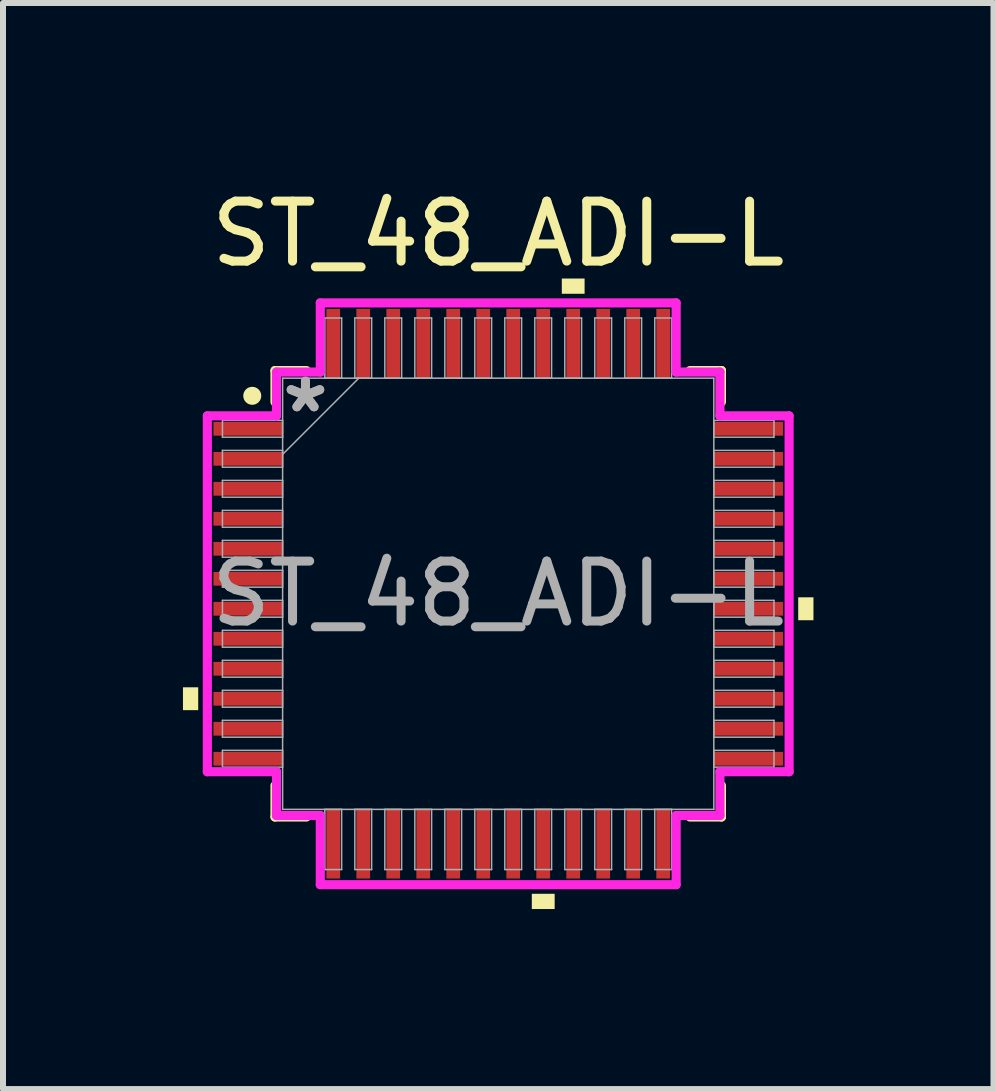
<source format=kicad_pcb>
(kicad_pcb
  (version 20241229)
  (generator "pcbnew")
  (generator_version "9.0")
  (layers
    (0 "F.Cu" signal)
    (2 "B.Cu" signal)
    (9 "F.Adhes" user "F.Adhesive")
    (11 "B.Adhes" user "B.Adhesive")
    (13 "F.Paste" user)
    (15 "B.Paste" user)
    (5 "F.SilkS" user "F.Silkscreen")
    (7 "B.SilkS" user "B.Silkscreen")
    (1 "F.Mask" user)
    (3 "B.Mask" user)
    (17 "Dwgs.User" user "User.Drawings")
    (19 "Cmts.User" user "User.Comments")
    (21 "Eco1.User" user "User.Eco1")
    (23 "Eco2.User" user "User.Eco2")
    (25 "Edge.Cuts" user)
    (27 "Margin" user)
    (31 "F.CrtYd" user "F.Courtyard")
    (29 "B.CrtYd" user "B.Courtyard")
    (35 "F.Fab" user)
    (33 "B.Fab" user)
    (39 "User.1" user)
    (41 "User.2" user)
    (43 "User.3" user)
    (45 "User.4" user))
  (footprint "ST_48_ADI-L"
    (layer "F.Cu")
    (at 5.255 6.848)
    (property "Reference" "ST_48_ADI-L" (at 0 -6 0) (unlocked yes) (layer "F.SilkS") (effects (font (size 1 1) (thickness 0.15))))
    (attr smd)
    (fp_line (start -3.721 -3.721) (end -3.721 -3.197) (stroke (width 0.152) (type solid)) (layer "F.SilkS"))
    (fp_line (start -3.721 3.197) (end -3.721 3.721) (stroke (width 0.152) (type solid)) (layer "F.SilkS"))
    (fp_line (start -3.721 3.721) (end -3.197 3.721) (stroke (width 0.152) (type solid)) (layer "F.SilkS"))
    (fp_line (start -3.197 -3.721) (end -3.721 -3.721) (stroke (width 0.152) (type solid)) (layer "F.SilkS"))
    (fp_line (start 3.197 3.721) (end 3.721 3.721) (stroke (width 0.152) (type solid)) (layer "F.SilkS"))
    (fp_line (start 3.721 -3.721) (end 3.197 -3.721) (stroke (width 0.152) (type solid)) (layer "F.SilkS"))
    (fp_line (start 3.721 -3.197) (end 3.721 -3.721) (stroke (width 0.152) (type solid)) (layer "F.SilkS"))
    (fp_line (start 3.721 3.721) (end 3.721 3.197) (stroke (width 0.152) (type solid)) (layer "F.SilkS"))
    (fp_circle (center -4.1 -3.3) (end -4 -3.3) (stroke (width 0.1) (type solid)) (fill yes) (layer "F.SilkS"))
    (fp_poly (pts (xy -5.255 1.559) (xy -5.255 1.94) (xy -5.001 1.94) (xy -5.001 1.559)) (stroke (width 0) (type solid)) (fill yes) (layer "F.SilkS"))
    (fp_poly (pts (xy 0.56 5.001) (xy 0.56 5.255) (xy 0.941 5.255) (xy 0.941 5.001)) (stroke (width 0) (type solid)) (fill yes) (layer "F.SilkS"))
    (fp_poly (pts (xy 1.06 -5.001) (xy 1.06 -5.255) (xy 1.44 -5.255) (xy 1.44 -5.001)) (stroke (width 0) (type solid)) (fill yes) (layer "F.SilkS"))
    (fp_poly (pts (xy 5.255 0.059) (xy 5.255 0.441) (xy 5.001 0.441) (xy 5.001 0.059)) (stroke (width 0) (type solid)) (fill yes) (layer "F.SilkS"))
    (fp_line (start -4.849 -2.966) (end -3.696 -2.966) (stroke (width 0.152) (type solid)) (layer "F.CrtYd"))
    (fp_line (start -4.849 2.966) (end -4.849 -2.966) (stroke (width 0.152) (type solid)) (layer "F.CrtYd"))
    (fp_line (start -3.696 -3.696) (end -2.966 -3.696) (stroke (width 0.152) (type solid)) (layer "F.CrtYd"))
    (fp_line (start -3.696 -2.966) (end -3.696 -3.696) (stroke (width 0.152) (type solid)) (layer "F.CrtYd"))
    (fp_line (start -3.696 2.966) (end -4.849 2.966) (stroke (width 0.152) (type solid)) (layer "F.CrtYd"))
    (fp_line (start -3.696 3.696) (end -3.696 2.966) (stroke (width 0.152) (type solid)) (layer "F.CrtYd"))
    (fp_line (start -3.696 3.696) (end -2.966 3.696) (stroke (width 0.152) (type solid)) (layer "F.CrtYd"))
    (fp_line (start -2.966 -4.849) (end 2.966 -4.849) (stroke (width 0.152) (type solid)) (layer "F.CrtYd"))
    (fp_line (start -2.966 -3.696) (end -2.966 -4.849) (stroke (width 0.152) (type solid)) (layer "F.CrtYd"))
    (fp_line (start -2.966 3.696) (end -2.966 4.849) (stroke (width 0.152) (type solid)) (layer "F.CrtYd"))
    (fp_line (start -2.966 4.849) (end 2.966 4.849) (stroke (width 0.152) (type solid)) (layer "F.CrtYd"))
    (fp_line (start 2.966 -4.849) (end 2.966 -3.696) (stroke (width 0.152) (type solid)) (layer "F.CrtYd"))
    (fp_line (start 2.966 -3.696) (end 3.696 -3.696) (stroke (width 0.152) (type solid)) (layer "F.CrtYd"))
    (fp_line (start 2.966 3.696) (end 3.696 3.696) (stroke (width 0.152) (type solid)) (layer "F.CrtYd"))
    (fp_line (start 2.966 4.849) (end 2.966 3.696) (stroke (width 0.152) (type solid)) (layer "F.CrtYd"))
    (fp_line (start 3.696 -2.966) (end 3.696 -3.696) (stroke (width 0.152) (type solid)) (layer "F.CrtYd"))
    (fp_line (start 3.696 2.966) (end 4.849 2.966) (stroke (width 0.152) (type solid)) (layer "F.CrtYd"))
    (fp_line (start 3.696 3.696) (end 3.696 2.966) (stroke (width 0.152) (type solid)) (layer "F.CrtYd"))
    (fp_line (start 4.849 -2.966) (end 3.696 -2.966) (stroke (width 0.152) (type solid)) (layer "F.CrtYd"))
    (fp_line (start 4.849 2.966) (end 4.849 -2.966) (stroke (width 0.152) (type solid)) (layer "F.CrtYd"))
    (fp_line (start -4.597 -2.89) (end -4.597 -2.61) (stroke (width 0.025) (type solid)) (layer "F.Fab"))
    (fp_line (start -4.597 -2.61) (end -3.594 -2.61) (stroke (width 0.025) (type solid)) (layer "F.Fab"))
    (fp_line (start -4.597 -2.39) (end -4.597 -2.11) (stroke (width 0.025) (type solid)) (layer "F.Fab"))
    (fp_line (start -4.597 -2.11) (end -3.594 -2.11) (stroke (width 0.025) (type solid)) (layer "F.Fab"))
    (fp_line (start -4.597 -1.89) (end -4.597 -1.61) (stroke (width 0.025) (type solid)) (layer "F.Fab"))
    (fp_line (start -4.597 -1.61) (end -3.594 -1.61) (stroke (width 0.025) (type solid)) (layer "F.Fab"))
    (fp_line (start -4.597 -1.39) (end -4.597 -1.11) (stroke (width 0.025) (type solid)) (layer "F.Fab"))
    (fp_line (start -4.597 -1.11) (end -3.594 -1.11) (stroke (width 0.025) (type solid)) (layer "F.Fab"))
    (fp_line (start -4.597 -0.89) (end -4.597 -0.61) (stroke (width 0.025) (type solid)) (layer "F.Fab"))
    (fp_line (start -4.597 -0.61) (end -3.594 -0.61) (stroke (width 0.025) (type solid)) (layer "F.Fab"))
    (fp_line (start -4.597 -0.39) (end -4.597 -0.11) (stroke (width 0.025) (type solid)) (layer "F.Fab"))
    (fp_line (start -4.597 -0.11) (end -3.594 -0.11) (stroke (width 0.025) (type solid)) (layer "F.Fab"))
    (fp_line (start -4.597 0.11) (end -4.597 0.39) (stroke (width 0.025) (type solid)) (layer "F.Fab"))
    (fp_line (start -4.597 0.39) (end -3.594 0.39) (stroke (width 0.025) (type solid)) (layer "F.Fab"))
    (fp_line (start -4.597 0.61) (end -4.597 0.89) (stroke (width 0.025) (type solid)) (layer "F.Fab"))
    (fp_line (start -4.597 0.89) (end -3.594 0.89) (stroke (width 0.025) (type solid)) (layer "F.Fab"))
    (fp_line (start -4.597 1.11) (end -4.597 1.39) (stroke (width 0.025) (type solid)) (layer "F.Fab"))
    (fp_line (start -4.597 1.39) (end -3.594 1.39) (stroke (width 0.025) (type solid)) (layer "F.Fab"))
    (fp_line (start -4.597 1.61) (end -4.597 1.89) (stroke (width 0.025) (type solid)) (layer "F.Fab"))
    (fp_line (start -4.597 1.89) (end -3.594 1.89) (stroke (width 0.025) (type solid)) (layer "F.Fab"))
    (fp_line (start -4.597 2.11) (end -4.597 2.39) (stroke (width 0.025) (type solid)) (layer "F.Fab"))
    (fp_line (start -4.597 2.39) (end -3.594 2.39) (stroke (width 0.025) (type solid)) (layer "F.Fab"))
    (fp_line (start -4.597 2.61) (end -4.597 2.89) (stroke (width 0.025) (type solid)) (layer "F.Fab"))
    (fp_line (start -4.597 2.89) (end -3.594 2.89) (stroke (width 0.025) (type solid)) (layer "F.Fab"))
    (fp_line (start -3.594 -3.594) (end -3.594 3.594) (stroke (width 0.025) (type solid)) (layer "F.Fab"))
    (fp_line (start -3.594 -2.89) (end -4.597 -2.89) (stroke (width 0.025) (type solid)) (layer "F.Fab"))
    (fp_line (start -3.594 -2.61) (end -3.594 -2.89) (stroke (width 0.025) (type solid)) (layer "F.Fab"))
    (fp_line (start -3.594 -2.39) (end -4.597 -2.39) (stroke (width 0.025) (type solid)) (layer "F.Fab"))
    (fp_line (start -3.594 -2.324) (end -2.324 -3.594) (stroke (width 0.025) (type solid)) (layer "F.Fab"))
    (fp_line (start -3.594 -2.11) (end -3.594 -2.39) (stroke (width 0.025) (type solid)) (layer "F.Fab"))
    (fp_line (start -3.594 -1.89) (end -4.597 -1.89) (stroke (width 0.025) (type solid)) (layer "F.Fab"))
    (fp_line (start -3.594 -1.61) (end -3.594 -1.89) (stroke (width 0.025) (type solid)) (layer "F.Fab"))
    (fp_line (start -3.594 -1.39) (end -4.597 -1.39) (stroke (width 0.025) (type solid)) (layer "F.Fab"))
    (fp_line (start -3.594 -1.11) (end -3.594 -1.39) (stroke (width 0.025) (type solid)) (layer "F.Fab"))
    (fp_line (start -3.594 -0.89) (end -4.597 -0.89) (stroke (width 0.025) (type solid)) (layer "F.Fab"))
    (fp_line (start -3.594 -0.61) (end -3.594 -0.89) (stroke (width 0.025) (type solid)) (layer "F.Fab"))
    (fp_line (start -3.594 -0.39) (end -4.597 -0.39) (stroke (width 0.025) (type solid)) (layer "F.Fab"))
    (fp_line (start -3.594 -0.11) (end -3.594 -0.39) (stroke (width 0.025) (type solid)) (layer "F.Fab"))
    (fp_line (start -3.594 0.11) (end -4.597 0.11) (stroke (width 0.025) (type solid)) (layer "F.Fab"))
    (fp_line (start -3.594 0.39) (end -3.594 0.11) (stroke (width 0.025) (type solid)) (layer "F.Fab"))
    (fp_line (start -3.594 0.61) (end -4.597 0.61) (stroke (width 0.025) (type solid)) (layer "F.Fab"))
    (fp_line (start -3.594 0.89) (end -3.594 0.61) (stroke (width 0.025) (type solid)) (layer "F.Fab"))
    (fp_line (start -3.594 1.11) (end -4.597 1.11) (stroke (width 0.025) (type solid)) (layer "F.Fab"))
    (fp_line (start -3.594 1.39) (end -3.594 1.11) (stroke (width 0.025) (type solid)) (layer "F.Fab"))
    (fp_line (start -3.594 1.61) (end -4.597 1.61) (stroke (width 0.025) (type solid)) (layer "F.Fab"))
    (fp_line (start -3.594 1.89) (end -3.594 1.61) (stroke (width 0.025) (type solid)) (layer "F.Fab"))
    (fp_line (start -3.594 2.11) (end -4.597 2.11) (stroke (width 0.025) (type solid)) (layer "F.Fab"))
    (fp_line (start -3.594 2.39) (end -3.594 2.11) (stroke (width 0.025) (type solid)) (layer "F.Fab"))
    (fp_line (start -3.594 2.61) (end -4.597 2.61) (stroke (width 0.025) (type solid)) (layer "F.Fab"))
    (fp_line (start -3.594 2.89) (end -3.594 2.61) (stroke (width 0.025) (type solid)) (layer "F.Fab"))
    (fp_line (start -3.594 3.594) (end 3.594 3.594) (stroke (width 0.025) (type solid)) (layer "F.Fab"))
    (fp_line (start -2.89 -4.597) (end -2.89 -3.594) (stroke (width 0.025) (type solid)) (layer "F.Fab"))
    (fp_line (start -2.89 -3.594) (end -2.61 -3.594) (stroke (width 0.025) (type solid)) (layer "F.Fab"))
    (fp_line (start -2.89 3.594) (end -2.89 4.597) (stroke (width 0.025) (type solid)) (layer "F.Fab"))
    (fp_line (start -2.89 4.597) (end -2.61 4.597) (stroke (width 0.025) (type solid)) (layer "F.Fab"))
    (fp_line (start -2.61 -4.597) (end -2.89 -4.597) (stroke (width 0.025) (type solid)) (layer "F.Fab"))
    (fp_line (start -2.61 -3.594) (end -2.61 -4.597) (stroke (width 0.025) (type solid)) (layer "F.Fab"))
    (fp_line (start -2.61 3.594) (end -2.89 3.594) (stroke (width 0.025) (type solid)) (layer "F.Fab"))
    (fp_line (start -2.61 4.597) (end -2.61 3.594) (stroke (width 0.025) (type solid)) (layer "F.Fab"))
    (fp_line (start -2.39 -4.597) (end -2.39 -3.594) (stroke (width 0.025) (type solid)) (layer "F.Fab"))
    (fp_line (start -2.39 -3.594) (end -2.11 -3.594) (stroke (width 0.025) (type solid)) (layer "F.Fab"))
    (fp_line (start -2.39 3.594) (end -2.39 4.597) (stroke (width 0.025) (type solid)) (layer "F.Fab"))
    (fp_line (start -2.39 4.597) (end -2.11 4.597) (stroke (width 0.025) (type solid)) (layer "F.Fab"))
    (fp_line (start -2.11 -4.597) (end -2.39 -4.597) (stroke (width 0.025) (type solid)) (layer "F.Fab"))
    (fp_line (start -2.11 -3.594) (end -2.11 -4.597) (stroke (width 0.025) (type solid)) (layer "F.Fab"))
    (fp_line (start -2.11 3.594) (end -2.39 3.594) (stroke (width 0.025) (type solid)) (layer "F.Fab"))
    (fp_line (start -2.11 4.597) (end -2.11 3.594) (stroke (width 0.025) (type solid)) (layer "F.Fab"))
    (fp_line (start -1.89 -4.597) (end -1.89 -3.594) (stroke (width 0.025) (type solid)) (layer "F.Fab"))
    (fp_line (start -1.89 -3.594) (end -1.61 -3.594) (stroke (width 0.025) (type solid)) (layer "F.Fab"))
    (fp_line (start -1.89 3.594) (end -1.89 4.597) (stroke (width 0.025) (type solid)) (layer "F.Fab"))
    (fp_line (start -1.89 4.597) (end -1.61 4.597) (stroke (width 0.025) (type solid)) (layer "F.Fab"))
    (fp_line (start -1.61 -4.597) (end -1.89 -4.597) (stroke (width 0.025) (type solid)) (layer "F.Fab"))
    (fp_line (start -1.61 -3.594) (end -1.61 -4.597) (stroke (width 0.025) (type solid)) (layer "F.Fab"))
    (fp_line (start -1.61 3.594) (end -1.89 3.594) (stroke (width 0.025) (type solid)) (layer "F.Fab"))
    (fp_line (start -1.61 4.597) (end -1.61 3.594) (stroke (width 0.025) (type solid)) (layer "F.Fab"))
    (fp_line (start -1.39 -4.597) (end -1.39 -3.594) (stroke (width 0.025) (type solid)) (layer "F.Fab"))
    (fp_line (start -1.39 -3.594) (end -1.11 -3.594) (stroke (width 0.025) (type solid)) (layer "F.Fab"))
    (fp_line (start -1.39 3.594) (end -1.39 4.597) (stroke (width 0.025) (type solid)) (layer "F.Fab"))
    (fp_line (start -1.39 4.597) (end -1.11 4.597) (stroke (width 0.025) (type solid)) (layer "F.Fab"))
    (fp_line (start -1.11 -4.597) (end -1.39 -4.597) (stroke (width 0.025) (type solid)) (layer "F.Fab"))
    (fp_line (start -1.11 -3.594) (end -1.11 -4.597) (stroke (width 0.025) (type solid)) (layer "F.Fab"))
    (fp_line (start -1.11 3.594) (end -1.39 3.594) (stroke (width 0.025) (type solid)) (layer "F.Fab"))
    (fp_line (start -1.11 4.597) (end -1.11 3.594) (stroke (width 0.025) (type solid)) (layer "F.Fab"))
    (fp_line (start -0.89 -4.597) (end -0.89 -3.594) (stroke (width 0.025) (type solid)) (layer "F.Fab"))
    (fp_line (start -0.89 -3.594) (end -0.61 -3.594) (stroke (width 0.025) (type solid)) (layer "F.Fab"))
    (fp_line (start -0.89 3.594) (end -0.89 4.597) (stroke (width 0.025) (type solid)) (layer "F.Fab"))
    (fp_line (start -0.89 4.597) (end -0.61 4.597) (stroke (width 0.025) (type solid)) (layer "F.Fab"))
    (fp_line (start -0.61 -4.597) (end -0.89 -4.597) (stroke (width 0.025) (type solid)) (layer "F.Fab"))
    (fp_line (start -0.61 -3.594) (end -0.61 -4.597) (stroke (width 0.025) (type solid)) (layer "F.Fab"))
    (fp_line (start -0.61 3.594) (end -0.89 3.594) (stroke (width 0.025) (type solid)) (layer "F.Fab"))
    (fp_line (start -0.61 4.597) (end -0.61 3.594) (stroke (width 0.025) (type solid)) (layer "F.Fab"))
    (fp_line (start -0.39 -4.597) (end -0.39 -3.594) (stroke (width 0.025) (type solid)) (layer "F.Fab"))
    (fp_line (start -0.39 -3.594) (end -0.11 -3.594) (stroke (width 0.025) (type solid)) (layer "F.Fab"))
    (fp_line (start -0.39 3.594) (end -0.39 4.597) (stroke (width 0.025) (type solid)) (layer "F.Fab"))
    (fp_line (start -0.39 4.597) (end -0.11 4.597) (stroke (width 0.025) (type solid)) (layer "F.Fab"))
    (fp_line (start -0.11 -4.597) (end -0.39 -4.597) (stroke (width 0.025) (type solid)) (layer "F.Fab"))
    (fp_line (start -0.11 -3.594) (end -0.11 -4.597) (stroke (width 0.025) (type solid)) (layer "F.Fab"))
    (fp_line (start -0.11 3.594) (end -0.39 3.594) (stroke (width 0.025) (type solid)) (layer "F.Fab"))
    (fp_line (start -0.11 4.597) (end -0.11 3.594) (stroke (width 0.025) (type solid)) (layer "F.Fab"))
    (fp_line (start 0.11 -4.597) (end 0.11 -3.594) (stroke (width 0.025) (type solid)) (layer "F.Fab"))
    (fp_line (start 0.11 -3.594) (end 0.39 -3.594) (stroke (width 0.025) (type solid)) (layer "F.Fab"))
    (fp_line (start 0.11 3.594) (end 0.11 4.597) (stroke (width 0.025) (type solid)) (layer "F.Fab"))
    (fp_line (start 0.11 4.597) (end 0.39 4.597) (stroke (width 0.025) (type solid)) (layer "F.Fab"))
    (fp_line (start 0.39 -4.597) (end 0.11 -4.597) (stroke (width 0.025) (type solid)) (layer "F.Fab"))
    (fp_line (start 0.39 -3.594) (end 0.39 -4.597) (stroke (width 0.025) (type solid)) (layer "F.Fab"))
    (fp_line (start 0.39 3.594) (end 0.11 3.594) (stroke (width 0.025) (type solid)) (layer "F.Fab"))
    (fp_line (start 0.39 4.597) (end 0.39 3.594) (stroke (width 0.025) (type solid)) (layer "F.Fab"))
    (fp_line (start 0.61 -4.597) (end 0.61 -3.594) (stroke (width 0.025) (type solid)) (layer "F.Fab"))
    (fp_line (start 0.61 -3.594) (end 0.89 -3.594) (stroke (width 0.025) (type solid)) (layer "F.Fab"))
    (fp_line (start 0.61 3.594) (end 0.61 4.597) (stroke (width 0.025) (type solid)) (layer "F.Fab"))
    (fp_line (start 0.61 4.597) (end 0.89 4.597) (stroke (width 0.025) (type solid)) (layer "F.Fab"))
    (fp_line (start 0.89 -4.597) (end 0.61 -4.597) (stroke (width 0.025) (type solid)) (layer "F.Fab"))
    (fp_line (start 0.89 -3.594) (end 0.89 -4.597) (stroke (width 0.025) (type solid)) (layer "F.Fab"))
    (fp_line (start 0.89 3.594) (end 0.61 3.594) (stroke (width 0.025) (type solid)) (layer "F.Fab"))
    (fp_line (start 0.89 4.597) (end 0.89 3.594) (stroke (width 0.025) (type solid)) (layer "F.Fab"))
    (fp_line (start 1.11 -4.597) (end 1.11 -3.594) (stroke (width 0.025) (type solid)) (layer "F.Fab"))
    (fp_line (start 1.11 -3.594) (end 1.39 -3.594) (stroke (width 0.025) (type solid)) (layer "F.Fab"))
    (fp_line (start 1.11 3.594) (end 1.11 4.597) (stroke (width 0.025) (type solid)) (layer "F.Fab"))
    (fp_line (start 1.11 4.597) (end 1.39 4.597) (stroke (width 0.025) (type solid)) (layer "F.Fab"))
    (fp_line (start 1.39 -4.597) (end 1.11 -4.597) (stroke (width 0.025) (type solid)) (layer "F.Fab"))
    (fp_line (start 1.39 -3.594) (end 1.39 -4.597) (stroke (width 0.025) (type solid)) (layer "F.Fab"))
    (fp_line (start 1.39 3.594) (end 1.11 3.594) (stroke (width 0.025) (type solid)) (layer "F.Fab"))
    (fp_line (start 1.39 4.597) (end 1.39 3.594) (stroke (width 0.025) (type solid)) (layer "F.Fab"))
    (fp_line (start 1.61 -4.597) (end 1.61 -3.594) (stroke (width 0.025) (type solid)) (layer "F.Fab"))
    (fp_line (start 1.61 -3.594) (end 1.89 -3.594) (stroke (width 0.025) (type solid)) (layer "F.Fab"))
    (fp_line (start 1.61 3.594) (end 1.61 4.597) (stroke (width 0.025) (type solid)) (layer "F.Fab"))
    (fp_line (start 1.61 4.597) (end 1.89 4.597) (stroke (width 0.025) (type solid)) (layer "F.Fab"))
    (fp_line (start 1.89 -4.597) (end 1.61 -4.597) (stroke (width 0.025) (type solid)) (layer "F.Fab"))
    (fp_line (start 1.89 -3.594) (end 1.89 -4.597) (stroke (width 0.025) (type solid)) (layer "F.Fab"))
    (fp_line (start 1.89 3.594) (end 1.61 3.594) (stroke (width 0.025) (type solid)) (layer "F.Fab"))
    (fp_line (start 1.89 4.597) (end 1.89 3.594) (stroke (width 0.025) (type solid)) (layer "F.Fab"))
    (fp_line (start 2.11 -4.597) (end 2.11 -3.594) (stroke (width 0.025) (type solid)) (layer "F.Fab"))
    (fp_line (start 2.11 -3.594) (end 2.39 -3.594) (stroke (width 0.025) (type solid)) (layer "F.Fab"))
    (fp_line (start 2.11 3.594) (end 2.11 4.597) (stroke (width 0.025) (type solid)) (layer "F.Fab"))
    (fp_line (start 2.11 4.597) (end 2.39 4.597) (stroke (width 0.025) (type solid)) (layer "F.Fab"))
    (fp_line (start 2.39 -4.597) (end 2.11 -4.597) (stroke (width 0.025) (type solid)) (layer "F.Fab"))
    (fp_line (start 2.39 -3.594) (end 2.39 -4.597) (stroke (width 0.025) (type solid)) (layer "F.Fab"))
    (fp_line (start 2.39 3.594) (end 2.11 3.594) (stroke (width 0.025) (type solid)) (layer "F.Fab"))
    (fp_line (start 2.39 4.597) (end 2.39 3.594) (stroke (width 0.025) (type solid)) (layer "F.Fab"))
    (fp_line (start 2.61 -4.597) (end 2.61 -3.594) (stroke (width 0.025) (type solid)) (layer "F.Fab"))
    (fp_line (start 2.61 -3.594) (end 2.89 -3.594) (stroke (width 0.025) (type solid)) (layer "F.Fab"))
    (fp_line (start 2.61 3.594) (end 2.61 4.597) (stroke (width 0.025) (type solid)) (layer "F.Fab"))
    (fp_line (start 2.61 4.597) (end 2.89 4.597) (stroke (width 0.025) (type solid)) (layer "F.Fab"))
    (fp_line (start 2.89 -4.597) (end 2.61 -4.597) (stroke (width 0.025) (type solid)) (layer "F.Fab"))
    (fp_line (start 2.89 -3.594) (end 2.89 -4.597) (stroke (width 0.025) (type solid)) (layer "F.Fab"))
    (fp_line (start 2.89 3.594) (end 2.61 3.594) (stroke (width 0.025) (type solid)) (layer "F.Fab"))
    (fp_line (start 2.89 4.597) (end 2.89 3.594) (stroke (width 0.025) (type solid)) (layer "F.Fab"))
    (fp_line (start 3.594 -3.594) (end -3.594 -3.594) (stroke (width 0.025) (type solid)) (layer "F.Fab"))
    (fp_line (start 3.594 -2.89) (end 3.594 -2.61) (stroke (width 0.025) (type solid)) (layer "F.Fab"))
    (fp_line (start 3.594 -2.61) (end 4.597 -2.61) (stroke (width 0.025) (type solid)) (layer "F.Fab"))
    (fp_line (start 3.594 -2.39) (end 3.594 -2.11) (stroke (width 0.025) (type solid)) (layer "F.Fab"))
    (fp_line (start 3.594 -2.11) (end 4.597 -2.11) (stroke (width 0.025) (type solid)) (layer "F.Fab"))
    (fp_line (start 3.594 -1.89) (end 3.594 -1.61) (stroke (width 0.025) (type solid)) (layer "F.Fab"))
    (fp_line (start 3.594 -1.61) (end 4.597 -1.61) (stroke (width 0.025) (type solid)) (layer "F.Fab"))
    (fp_line (start 3.594 -1.39) (end 3.594 -1.11) (stroke (width 0.025) (type solid)) (layer "F.Fab"))
    (fp_line (start 3.594 -1.11) (end 4.597 -1.11) (stroke (width 0.025) (type solid)) (layer "F.Fab"))
    (fp_line (start 3.594 -0.89) (end 3.594 -0.61) (stroke (width 0.025) (type solid)) (layer "F.Fab"))
    (fp_line (start 3.594 -0.61) (end 4.597 -0.61) (stroke (width 0.025) (type solid)) (layer "F.Fab"))
    (fp_line (start 3.594 -0.39) (end 3.594 -0.11) (stroke (width 0.025) (type solid)) (layer "F.Fab"))
    (fp_line (start 3.594 -0.11) (end 4.597 -0.11) (stroke (width 0.025) (type solid)) (layer "F.Fab"))
    (fp_line (start 3.594 0.11) (end 3.594 0.39) (stroke (width 0.025) (type solid)) (layer "F.Fab"))
    (fp_line (start 3.594 0.39) (end 4.597 0.39) (stroke (width 0.025) (type solid)) (layer "F.Fab"))
    (fp_line (start 3.594 0.61) (end 3.594 0.89) (stroke (width 0.025) (type solid)) (layer "F.Fab"))
    (fp_line (start 3.594 0.89) (end 4.597 0.89) (stroke (width 0.025) (type solid)) (layer "F.Fab"))
    (fp_line (start 3.594 1.11) (end 3.594 1.39) (stroke (width 0.025) (type solid)) (layer "F.Fab"))
    (fp_line (start 3.594 1.39) (end 4.597 1.39) (stroke (width 0.025) (type solid)) (layer "F.Fab"))
    (fp_line (start 3.594 1.61) (end 3.594 1.89) (stroke (width 0.025) (type solid)) (layer "F.Fab"))
    (fp_line (start 3.594 1.89) (end 4.597 1.89) (stroke (width 0.025) (type solid)) (layer "F.Fab"))
    (fp_line (start 3.594 2.11) (end 3.594 2.39) (stroke (width 0.025) (type solid)) (layer "F.Fab"))
    (fp_line (start 3.594 2.39) (end 4.597 2.39) (stroke (width 0.025) (type solid)) (layer "F.Fab"))
    (fp_line (start 3.594 2.61) (end 3.594 2.89) (stroke (width 0.025) (type solid)) (layer "F.Fab"))
    (fp_line (start 3.594 2.89) (end 4.597 2.89) (stroke (width 0.025) (type solid)) (layer "F.Fab"))
    (fp_line (start 3.594 3.594) (end 3.594 -3.594) (stroke (width 0.025) (type solid)) (layer "F.Fab"))
    (fp_line (start 4.597 -2.89) (end 3.594 -2.89) (stroke (width 0.025) (type solid)) (layer "F.Fab"))
    (fp_line (start 4.597 -2.61) (end 4.597 -2.89) (stroke (width 0.025) (type solid)) (layer "F.Fab"))
    (fp_line (start 4.597 -2.39) (end 3.594 -2.39) (stroke (width 0.025) (type solid)) (layer "F.Fab"))
    (fp_line (start 4.597 -2.11) (end 4.597 -2.39) (stroke (width 0.025) (type solid)) (layer "F.Fab"))
    (fp_line (start 4.597 -1.89) (end 3.594 -1.89) (stroke (width 0.025) (type solid)) (layer "F.Fab"))
    (fp_line (start 4.597 -1.61) (end 4.597 -1.89) (stroke (width 0.025) (type solid)) (layer "F.Fab"))
    (fp_line (start 4.597 -1.39) (end 3.594 -1.39) (stroke (width 0.025) (type solid)) (layer "F.Fab"))
    (fp_line (start 4.597 -1.11) (end 4.597 -1.39) (stroke (width 0.025) (type solid)) (layer "F.Fab"))
    (fp_line (start 4.597 -0.89) (end 3.594 -0.89) (stroke (width 0.025) (type solid)) (layer "F.Fab"))
    (fp_line (start 4.597 -0.61) (end 4.597 -0.89) (stroke (width 0.025) (type solid)) (layer "F.Fab"))
    (fp_line (start 4.597 -0.39) (end 3.594 -0.39) (stroke (width 0.025) (type solid)) (layer "F.Fab"))
    (fp_line (start 4.597 -0.11) (end 4.597 -0.39) (stroke (width 0.025) (type solid)) (layer "F.Fab"))
    (fp_line (start 4.597 0.11) (end 3.594 0.11) (stroke (width 0.025) (type solid)) (layer "F.Fab"))
    (fp_line (start 4.597 0.39) (end 4.597 0.11) (stroke (width 0.025) (type solid)) (layer "F.Fab"))
    (fp_line (start 4.597 0.61) (end 3.594 0.61) (stroke (width 0.025) (type solid)) (layer "F.Fab"))
    (fp_line (start 4.597 0.89) (end 4.597 0.61) (stroke (width 0.025) (type solid)) (layer "F.Fab"))
    (fp_line (start 4.597 1.11) (end 3.594 1.11) (stroke (width 0.025) (type solid)) (layer "F.Fab"))
    (fp_line (start 4.597 1.39) (end 4.597 1.11) (stroke (width 0.025) (type solid)) (layer "F.Fab"))
    (fp_line (start 4.597 1.61) (end 3.594 1.61) (stroke (width 0.025) (type solid)) (layer "F.Fab"))
    (fp_line (start 4.597 1.89) (end 4.597 1.61) (stroke (width 0.025) (type solid)) (layer "F.Fab"))
    (fp_line (start 4.597 2.11) (end 3.594 2.11) (stroke (width 0.025) (type solid)) (layer "F.Fab"))
    (fp_line (start 4.597 2.39) (end 4.597 2.11) (stroke (width 0.025) (type solid)) (layer "F.Fab"))
    (fp_line (start 4.597 2.61) (end 3.594 2.61) (stroke (width 0.025) (type solid)) (layer "F.Fab"))
    (fp_line (start 4.597 2.89) (end 4.597 2.61) (stroke (width 0.025) (type solid)) (layer "F.Fab"))
    (fp_text user "*" (at -3.213 -3 0) (layer "F.Fab") (effects (font (size 1 1) (thickness 0.15))))
    (fp_text user "${REFERENCE}" (at 0 0 0) (unlocked yes) (layer "F.Fab") (effects (font (size 1 1) (thickness 0.15))))
    (fp_text user "*" (at -3.213 -3 0) (unlocked yes) (layer "F.Fab") (effects (font (size 1 1) (thickness 0.15))))
    (pad "1" smd rect (at -4.166 -2.75 90) (size 0.229 1.162) (layers "F.Cu" "F.Mask" "F.Paste"))
    (pad "2" smd rect (at -4.166 -2.25 90) (size 0.229 1.162) (layers "F.Cu" "F.Mask" "F.Paste"))
    (pad "3" smd rect (at -4.166 -1.75 90) (size 0.229 1.162) (layers "F.Cu" "F.Mask" "F.Paste"))
    (pad "4" smd rect (at -4.166 -1.25 90) (size 0.229 1.162) (layers "F.Cu" "F.Mask" "F.Paste"))
    (pad "5" smd rect (at -4.166 -0.75 90) (size 0.229 1.162) (layers "F.Cu" "F.Mask" "F.Paste"))
    (pad "6" smd rect (at -4.166 -0.25 90) (size 0.229 1.162) (layers "F.Cu" "F.Mask" "F.Paste"))
    (pad "7" smd rect (at -4.166 0.25 90) (size 0.229 1.162) (layers "F.Cu" "F.Mask" "F.Paste"))
    (pad "8" smd rect (at -4.166 0.75 90) (size 0.229 1.162) (layers "F.Cu" "F.Mask" "F.Paste"))
    (pad "9" smd rect (at -4.166 1.25 90) (size 0.229 1.162) (layers "F.Cu" "F.Mask" "F.Paste"))
    (pad "10" smd rect (at -4.166 1.75 90) (size 0.229 1.162) (layers "F.Cu" "F.Mask" "F.Paste"))
    (pad "11" smd rect (at -4.166 2.25 90) (size 0.229 1.162) (layers "F.Cu" "F.Mask" "F.Paste"))
    (pad "12" smd rect (at -4.166 2.75 90) (size 0.229 1.162) (layers "F.Cu" "F.Mask" "F.Paste"))
    (pad "13" smd rect (at -2.75 4.166) (size 0.229 1.162) (layers "F.Cu" "F.Mask" "F.Paste"))
    (pad "14" smd rect (at -2.25 4.166) (size 0.229 1.162) (layers "F.Cu" "F.Mask" "F.Paste"))
    (pad "15" smd rect (at -1.75 4.166) (size 0.229 1.162) (layers "F.Cu" "F.Mask" "F.Paste"))
    (pad "16" smd rect (at -1.25 4.166) (size 0.229 1.162) (layers "F.Cu" "F.Mask" "F.Paste"))
    (pad "17" smd rect (at -0.75 4.166) (size 0.229 1.162) (layers "F.Cu" "F.Mask" "F.Paste"))
    (pad "18" smd rect (at -0.25 4.166) (size 0.229 1.162) (layers "F.Cu" "F.Mask" "F.Paste"))
    (pad "19" smd rect (at 0.25 4.166) (size 0.229 1.162) (layers "F.Cu" "F.Mask" "F.Paste"))
    (pad "20" smd rect (at 0.75 4.166) (size 0.229 1.162) (layers "F.Cu" "F.Mask" "F.Paste"))
    (pad "21" smd rect (at 1.25 4.166) (size 0.229 1.162) (layers "F.Cu" "F.Mask" "F.Paste"))
    (pad "22" smd rect (at 1.75 4.166) (size 0.229 1.162) (layers "F.Cu" "F.Mask" "F.Paste"))
    (pad "23" smd rect (at 2.25 4.166) (size 0.229 1.162) (layers "F.Cu" "F.Mask" "F.Paste"))
    (pad "24" smd rect (at 2.75 4.166) (size 0.229 1.162) (layers "F.Cu" "F.Mask" "F.Paste"))
    (pad "25" smd rect (at 4.166 2.75 90) (size 0.229 1.162) (layers "F.Cu" "F.Mask" "F.Paste"))
    (pad "26" smd rect (at 4.166 2.25 90) (size 0.229 1.162) (layers "F.Cu" "F.Mask" "F.Paste"))
    (pad "27" smd rect (at 4.166 1.75 90) (size 0.229 1.162) (layers "F.Cu" "F.Mask" "F.Paste"))
    (pad "28" smd rect (at 4.166 1.25 90) (size 0.229 1.162) (layers "F.Cu" "F.Mask" "F.Paste"))
    (pad "29" smd rect (at 4.166 0.75 90) (size 0.229 1.162) (layers "F.Cu" "F.Mask" "F.Paste"))
    (pad "30" smd rect (at 4.166 0.25 90) (size 0.229 1.162) (layers "F.Cu" "F.Mask" "F.Paste"))
    (pad "31" smd rect (at 4.166 -0.25 90) (size 0.229 1.162) (layers "F.Cu" "F.Mask" "F.Paste"))
    (pad "32" smd rect (at 4.166 -0.75 90) (size 0.229 1.162) (layers "F.Cu" "F.Mask" "F.Paste"))
    (pad "33" smd rect (at 4.166 -1.25 90) (size 0.229 1.162) (layers "F.Cu" "F.Mask" "F.Paste"))
    (pad "34" smd rect (at 4.166 -1.75 90) (size 0.229 1.162) (layers "F.Cu" "F.Mask" "F.Paste"))
    (pad "35" smd rect (at 4.166 -2.25 90) (size 0.229 1.162) (layers "F.Cu" "F.Mask" "F.Paste"))
    (pad "36" smd rect (at 4.166 -2.75 90) (size 0.229 1.162) (layers "F.Cu" "F.Mask" "F.Paste"))
    (pad "37" smd rect (at 2.75 -4.166) (size 0.229 1.162) (layers "F.Cu" "F.Mask" "F.Paste"))
    (pad "38" smd rect (at 2.25 -4.166) (size 0.229 1.162) (layers "F.Cu" "F.Mask" "F.Paste"))
    (pad "39" smd rect (at 1.75 -4.166) (size 0.229 1.162) (layers "F.Cu" "F.Mask" "F.Paste"))
    (pad "40" smd rect (at 1.25 -4.166) (size 0.229 1.162) (layers "F.Cu" "F.Mask" "F.Paste"))
    (pad "41" smd rect (at 0.75 -4.166) (size 0.229 1.162) (layers "F.Cu" "F.Mask" "F.Paste"))
    (pad "42" smd rect (at 0.25 -4.166) (size 0.229 1.162) (layers "F.Cu" "F.Mask" "F.Paste"))
    (pad "43" smd rect (at -0.25 -4.166) (size 0.229 1.162) (layers "F.Cu" "F.Mask" "F.Paste"))
    (pad "44" smd rect (at -0.75 -4.166) (size 0.229 1.162) (layers "F.Cu" "F.Mask" "F.Paste"))
    (pad "45" smd rect (at -1.25 -4.166) (size 0.229 1.162) (layers "F.Cu" "F.Mask" "F.Paste"))
    (pad "46" smd rect (at -1.75 -4.166) (size 0.229 1.162) (layers "F.Cu" "F.Mask" "F.Paste"))
    (pad "47" smd rect (at -2.25 -4.166) (size 0.229 1.162) (layers "F.Cu" "F.Mask" "F.Paste"))
    (pad "48" smd rect (at -2.75 -4.166) (size 0.229 1.162) (layers "F.Cu" "F.Mask" "F.Paste")))
  (gr_rect
    (start -3 -3)
    (end 13.511 15.104)
    (stroke (width 0.1) (type default))
    (fill no)
    (layer "Edge.Cuts")))
</source>
